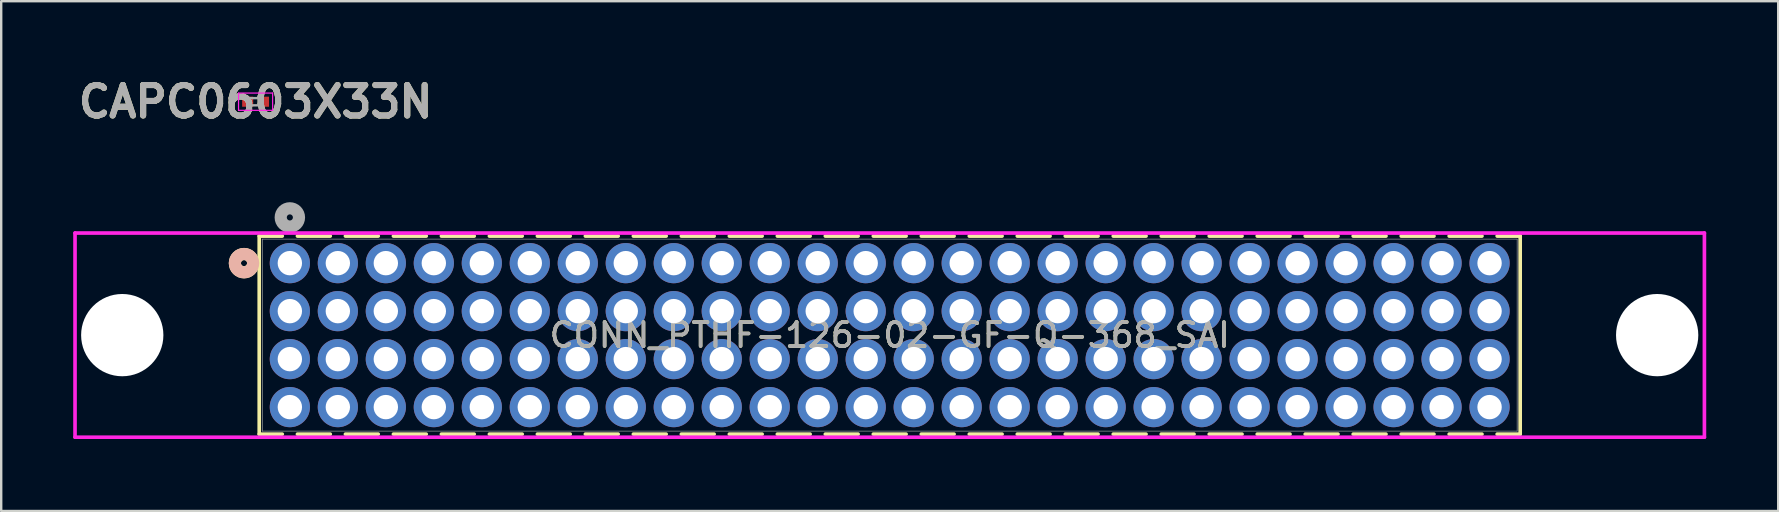
<source format=kicad_pcb>
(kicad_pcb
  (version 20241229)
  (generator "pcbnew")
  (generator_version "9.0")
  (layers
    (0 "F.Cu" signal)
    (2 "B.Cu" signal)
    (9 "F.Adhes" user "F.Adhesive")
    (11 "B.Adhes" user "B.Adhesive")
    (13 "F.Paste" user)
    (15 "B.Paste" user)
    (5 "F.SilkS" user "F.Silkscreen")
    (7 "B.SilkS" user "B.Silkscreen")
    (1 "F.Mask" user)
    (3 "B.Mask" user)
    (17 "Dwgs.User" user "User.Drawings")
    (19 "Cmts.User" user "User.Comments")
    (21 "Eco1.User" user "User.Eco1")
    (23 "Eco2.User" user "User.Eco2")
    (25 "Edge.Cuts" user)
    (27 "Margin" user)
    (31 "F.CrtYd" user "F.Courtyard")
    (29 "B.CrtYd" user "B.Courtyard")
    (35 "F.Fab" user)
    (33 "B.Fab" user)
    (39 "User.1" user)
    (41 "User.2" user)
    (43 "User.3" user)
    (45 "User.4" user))
  (footprint "CONN_PTHF-126-02-GF-Q-368_SAI"
    (layer "F.Cu")
    (at 9.03 7.917)
    (property "Reference" "CONN_PTHF-126-02-GF-Q-368_SAI" (at 25 3 0) (unlocked yes) (layer "F.SilkS") (effects (font (size 1 1) (thickness 0.15))))
    (attr through_hole)
    (fp_line (start -1.276 -1.128) (end -1.276 7.127) (stroke (width 0.152) (type solid)) (layer "F.SilkS"))
    (fp_line (start -1.276 7.127) (end -0.316 7.127) (stroke (width 0.152) (type solid)) (layer "F.SilkS"))
    (fp_line (start -0.316 -1.128) (end -1.276 -1.128) (stroke (width 0.152) (type solid)) (layer "F.SilkS"))
    (fp_line (start 0.316 7.127) (end 1.684 7.127) (stroke (width 0.152) (type solid)) (layer "F.SilkS"))
    (fp_line (start 1.684 -1.128) (end 0.316 -1.128) (stroke (width 0.152) (type solid)) (layer "F.SilkS"))
    (fp_line (start 2.316 7.127) (end 3.684 7.127) (stroke (width 0.152) (type solid)) (layer "F.SilkS"))
    (fp_line (start 3.684 -1.128) (end 2.316 -1.128) (stroke (width 0.152) (type solid)) (layer "F.SilkS"))
    (fp_line (start 4.316 7.127) (end 5.684 7.127) (stroke (width 0.152) (type solid)) (layer "F.SilkS"))
    (fp_line (start 5.684 -1.128) (end 4.316 -1.128) (stroke (width 0.152) (type solid)) (layer "F.SilkS"))
    (fp_line (start 6.316 7.127) (end 7.684 7.127) (stroke (width 0.152) (type solid)) (layer "F.SilkS"))
    (fp_line (start 7.684 -1.128) (end 6.316 -1.128) (stroke (width 0.152) (type solid)) (layer "F.SilkS"))
    (fp_line (start 8.316 7.127) (end 9.684 7.127) (stroke (width 0.152) (type solid)) (layer "F.SilkS"))
    (fp_line (start 9.684 -1.128) (end 8.316 -1.128) (stroke (width 0.152) (type solid)) (layer "F.SilkS"))
    (fp_line (start 10.316 7.127) (end 11.684 7.127) (stroke (width 0.152) (type solid)) (layer "F.SilkS"))
    (fp_line (start 11.684 -1.128) (end 10.316 -1.128) (stroke (width 0.152) (type solid)) (layer "F.SilkS"))
    (fp_line (start 12.316 7.127) (end 13.684 7.127) (stroke (width 0.152) (type solid)) (layer "F.SilkS"))
    (fp_line (start 13.684 -1.128) (end 12.316 -1.128) (stroke (width 0.152) (type solid)) (layer "F.SilkS"))
    (fp_line (start 14.316 7.127) (end 15.684 7.127) (stroke (width 0.152) (type solid)) (layer "F.SilkS"))
    (fp_line (start 15.684 -1.128) (end 14.316 -1.128) (stroke (width 0.152) (type solid)) (layer "F.SilkS"))
    (fp_line (start 16.316 7.127) (end 17.684 7.127) (stroke (width 0.152) (type solid)) (layer "F.SilkS"))
    (fp_line (start 17.684 -1.128) (end 16.316 -1.128) (stroke (width 0.152) (type solid)) (layer "F.SilkS"))
    (fp_line (start 18.316 7.127) (end 19.684 7.127) (stroke (width 0.152) (type solid)) (layer "F.SilkS"))
    (fp_line (start 19.684 -1.128) (end 18.316 -1.128) (stroke (width 0.152) (type solid)) (layer "F.SilkS"))
    (fp_line (start 20.316 7.127) (end 21.684 7.127) (stroke (width 0.152) (type solid)) (layer "F.SilkS"))
    (fp_line (start 21.684 -1.128) (end 20.316 -1.128) (stroke (width 0.152) (type solid)) (layer "F.SilkS"))
    (fp_line (start 22.316 7.127) (end 23.684 7.127) (stroke (width 0.152) (type solid)) (layer "F.SilkS"))
    (fp_line (start 23.684 -1.128) (end 22.316 -1.128) (stroke (width 0.152) (type solid)) (layer "F.SilkS"))
    (fp_line (start 24.316 7.127) (end 25.684 7.127) (stroke (width 0.152) (type solid)) (layer "F.SilkS"))
    (fp_line (start 25.684 -1.128) (end 24.316 -1.128) (stroke (width 0.152) (type solid)) (layer "F.SilkS"))
    (fp_line (start 26.316 7.127) (end 27.684 7.127) (stroke (width 0.152) (type solid)) (layer "F.SilkS"))
    (fp_line (start 27.684 -1.128) (end 26.316 -1.128) (stroke (width 0.152) (type solid)) (layer "F.SilkS"))
    (fp_line (start 28.316 7.127) (end 29.684 7.127) (stroke (width 0.152) (type solid)) (layer "F.SilkS"))
    (fp_line (start 29.684 -1.128) (end 28.316 -1.128) (stroke (width 0.152) (type solid)) (layer "F.SilkS"))
    (fp_line (start 30.316 7.127) (end 31.684 7.127) (stroke (width 0.152) (type solid)) (layer "F.SilkS"))
    (fp_line (start 31.684 -1.128) (end 30.316 -1.128) (stroke (width 0.152) (type solid)) (layer "F.SilkS"))
    (fp_line (start 32.316 7.127) (end 33.684 7.127) (stroke (width 0.152) (type solid)) (layer "F.SilkS"))
    (fp_line (start 33.684 -1.128) (end 32.316 -1.128) (stroke (width 0.152) (type solid)) (layer "F.SilkS"))
    (fp_line (start 34.316 7.127) (end 35.684 7.127) (stroke (width 0.152) (type solid)) (layer "F.SilkS"))
    (fp_line (start 35.684 -1.128) (end 34.316 -1.128) (stroke (width 0.152) (type solid)) (layer "F.SilkS"))
    (fp_line (start 36.316 7.127) (end 37.684 7.127) (stroke (width 0.152) (type solid)) (layer "F.SilkS"))
    (fp_line (start 37.684 -1.128) (end 36.316 -1.128) (stroke (width 0.152) (type solid)) (layer "F.SilkS"))
    (fp_line (start 38.316 7.127) (end 39.684 7.127) (stroke (width 0.152) (type solid)) (layer "F.SilkS"))
    (fp_line (start 39.684 -1.128) (end 38.316 -1.128) (stroke (width 0.152) (type solid)) (layer "F.SilkS"))
    (fp_line (start 40.316 7.127) (end 41.684 7.127) (stroke (width 0.152) (type solid)) (layer "F.SilkS"))
    (fp_line (start 41.684 -1.128) (end 40.316 -1.128) (stroke (width 0.152) (type solid)) (layer "F.SilkS"))
    (fp_line (start 42.316 7.127) (end 43.684 7.127) (stroke (width 0.152) (type solid)) (layer "F.SilkS"))
    (fp_line (start 43.684 -1.128) (end 42.316 -1.128) (stroke (width 0.152) (type solid)) (layer "F.SilkS"))
    (fp_line (start 44.316 7.127) (end 45.684 7.127) (stroke (width 0.152) (type solid)) (layer "F.SilkS"))
    (fp_line (start 45.684 -1.128) (end 44.316 -1.128) (stroke (width 0.152) (type solid)) (layer "F.SilkS"))
    (fp_line (start 46.316 7.127) (end 47.684 7.127) (stroke (width 0.152) (type solid)) (layer "F.SilkS"))
    (fp_line (start 47.684 -1.128) (end 46.316 -1.128) (stroke (width 0.152) (type solid)) (layer "F.SilkS"))
    (fp_line (start 48.316 7.127) (end 49.684 7.127) (stroke (width 0.152) (type solid)) (layer "F.SilkS"))
    (fp_line (start 49.684 -1.128) (end 48.316 -1.128) (stroke (width 0.152) (type solid)) (layer "F.SilkS"))
    (fp_line (start 50.316 7.127) (end 51.276 7.127) (stroke (width 0.152) (type solid)) (layer "F.SilkS"))
    (fp_line (start 51.276 -1.128) (end 50.316 -1.128) (stroke (width 0.152) (type solid)) (layer "F.SilkS"))
    (fp_line (start 51.276 7.127) (end 51.276 -1.128) (stroke (width 0.152) (type solid)) (layer "F.SilkS"))
    (fp_circle (center -1.91 0) (end -1.529 0) (stroke (width 0.508) (type solid)) (fill no) (layer "F.SilkS"))
    (fp_circle (center -1.91 0) (end -1.529 0) (stroke (width 0.508) (type solid)) (fill no) (layer "B.SilkS"))
    (fp_line (start -8.953 -1.255) (end -8.953 7.254) (stroke (width 0.152) (type solid)) (layer "F.CrtYd"))
    (fp_line (start -8.953 7.254) (end 58.954 7.254) (stroke (width 0.152) (type solid)) (layer "F.CrtYd"))
    (fp_line (start 58.954 -1.255) (end -8.953 -1.255) (stroke (width 0.152) (type solid)) (layer "F.CrtYd"))
    (fp_line (start 58.954 7.254) (end 58.954 -1.255) (stroke (width 0.152) (type solid)) (layer "F.CrtYd"))
    (fp_line (start -1.149 -1.001) (end -1.149 7) (stroke (width 0.025) (type solid)) (layer "F.Fab"))
    (fp_line (start -1.149 7) (end 51.149 7) (stroke (width 0.025) (type solid)) (layer "F.Fab"))
    (fp_line (start 51.149 -1.001) (end -1.149 -1.001) (stroke (width 0.025) (type solid)) (layer "F.Fab"))
    (fp_line (start 51.149 7) (end 51.149 -1.001) (stroke (width 0.025) (type solid)) (layer "F.Fab"))
    (fp_circle (center 0 -1.905) (end 0.381 -1.905) (stroke (width 0.508) (type solid)) (fill no) (layer "F.Fab"))
    (fp_text user "${REFERENCE}" (at 25 3 0) (unlocked yes) (layer "F.Fab") (effects (font (size 1 1) (thickness 0.15))))
    (pad "" np_thru_hole circle (at -6.985 3) (size 3.429 3.429) (drill 3.429) (layers "*.Cu" "*.Mask"))
    (pad "" np_thru_hole circle (at 56.985 3) (size 3.429 3.429) (drill 3.429) (layers "*.Cu" "*.Mask"))
    (pad "1" thru_hole circle (at 0 0) (size 1.676 1.676) (drill 1.016) (layers "*.Cu" "*.Mask"))
    (pad "2" thru_hole circle (at 0 2) (size 1.676 1.676) (drill 1.016) (layers "*.Cu" "*.Mask"))
    (pad "3" thru_hole circle (at 0 4) (size 1.676 1.676) (drill 1.016) (layers "*.Cu" "*.Mask"))
    (pad "4" thru_hole circle (at 0 6) (size 1.676 1.676) (drill 1.016) (layers "*.Cu" "*.Mask"))
    (pad "5" thru_hole circle (at 2 0) (size 1.676 1.676) (drill 1.016) (layers "*.Cu" "*.Mask"))
    (pad "6" thru_hole circle (at 2 2) (size 1.676 1.676) (drill 1.016) (layers "*.Cu" "*.Mask"))
    (pad "7" thru_hole circle (at 2 4) (size 1.676 1.676) (drill 1.016) (layers "*.Cu" "*.Mask"))
    (pad "8" thru_hole circle (at 2 6) (size 1.676 1.676) (drill 1.016) (layers "*.Cu" "*.Mask"))
    (pad "9" thru_hole circle (at 4 0) (size 1.676 1.676) (drill 1.016) (layers "*.Cu" "*.Mask"))
    (pad "10" thru_hole circle (at 4 2) (size 1.676 1.676) (drill 1.016) (layers "*.Cu" "*.Mask"))
    (pad "11" thru_hole circle (at 4 4) (size 1.676 1.676) (drill 1.016) (layers "*.Cu" "*.Mask"))
    (pad "12" thru_hole circle (at 4 6) (size 1.676 1.676) (drill 1.016) (layers "*.Cu" "*.Mask"))
    (pad "13" thru_hole circle (at 6 0) (size 1.676 1.676) (drill 1.016) (layers "*.Cu" "*.Mask"))
    (pad "14" thru_hole circle (at 6 2) (size 1.676 1.676) (drill 1.016) (layers "*.Cu" "*.Mask"))
    (pad "15" thru_hole circle (at 6 4) (size 1.676 1.676) (drill 1.016) (layers "*.Cu" "*.Mask"))
    (pad "16" thru_hole circle (at 6 6) (size 1.676 1.676) (drill 1.016) (layers "*.Cu" "*.Mask"))
    (pad "17" thru_hole circle (at 8 0) (size 1.676 1.676) (drill 1.016) (layers "*.Cu" "*.Mask"))
    (pad "18" thru_hole circle (at 8 2) (size 1.676 1.676) (drill 1.016) (layers "*.Cu" "*.Mask"))
    (pad "19" thru_hole circle (at 8 4) (size 1.676 1.676) (drill 1.016) (layers "*.Cu" "*.Mask"))
    (pad "20" thru_hole circle (at 8 6) (size 1.676 1.676) (drill 1.016) (layers "*.Cu" "*.Mask"))
    (pad "21" thru_hole circle (at 10 0) (size 1.676 1.676) (drill 1.016) (layers "*.Cu" "*.Mask"))
    (pad "22" thru_hole circle (at 10 2) (size 1.676 1.676) (drill 1.016) (layers "*.Cu" "*.Mask"))
    (pad "23" thru_hole circle (at 10 4) (size 1.676 1.676) (drill 1.016) (layers "*.Cu" "*.Mask"))
    (pad "24" thru_hole circle (at 10 6) (size 1.676 1.676) (drill 1.016) (layers "*.Cu" "*.Mask"))
    (pad "25" thru_hole circle (at 12 0) (size 1.676 1.676) (drill 1.016) (layers "*.Cu" "*.Mask"))
    (pad "26" thru_hole circle (at 12 2) (size 1.676 1.676) (drill 1.016) (layers "*.Cu" "*.Mask"))
    (pad "27" thru_hole circle (at 12 4) (size 1.676 1.676) (drill 1.016) (layers "*.Cu" "*.Mask"))
    (pad "28" thru_hole circle (at 12 6) (size 1.676 1.676) (drill 1.016) (layers "*.Cu" "*.Mask"))
    (pad "29" thru_hole circle (at 14 0) (size 1.676 1.676) (drill 1.016) (layers "*.Cu" "*.Mask"))
    (pad "30" thru_hole circle (at 14 2) (size 1.676 1.676) (drill 1.016) (layers "*.Cu" "*.Mask"))
    (pad "31" thru_hole circle (at 14 4) (size 1.676 1.676) (drill 1.016) (layers "*.Cu" "*.Mask"))
    (pad "32" thru_hole circle (at 14 6) (size 1.676 1.676) (drill 1.016) (layers "*.Cu" "*.Mask"))
    (pad "33" thru_hole circle (at 16 0) (size 1.676 1.676) (drill 1.016) (layers "*.Cu" "*.Mask"))
    (pad "34" thru_hole circle (at 16 2) (size 1.676 1.676) (drill 1.016) (layers "*.Cu" "*.Mask"))
    (pad "35" thru_hole circle (at 16 4) (size 1.676 1.676) (drill 1.016) (layers "*.Cu" "*.Mask"))
    (pad "36" thru_hole circle (at 16 6) (size 1.676 1.676) (drill 1.016) (layers "*.Cu" "*.Mask"))
    (pad "37" thru_hole circle (at 18 0) (size 1.676 1.676) (drill 1.016) (layers "*.Cu" "*.Mask"))
    (pad "38" thru_hole circle (at 18 2) (size 1.676 1.676) (drill 1.016) (layers "*.Cu" "*.Mask"))
    (pad "39" thru_hole circle (at 18 4) (size 1.676 1.676) (drill 1.016) (layers "*.Cu" "*.Mask"))
    (pad "40" thru_hole circle (at 18 6) (size 1.676 1.676) (drill 1.016) (layers "*.Cu" "*.Mask"))
    (pad "41" thru_hole circle (at 20 0) (size 1.676 1.676) (drill 1.016) (layers "*.Cu" "*.Mask"))
    (pad "42" thru_hole circle (at 20 2) (size 1.676 1.676) (drill 1.016) (layers "*.Cu" "*.Mask"))
    (pad "43" thru_hole circle (at 20 4) (size 1.676 1.676) (drill 1.016) (layers "*.Cu" "*.Mask"))
    (pad "44" thru_hole circle (at 20 6) (size 1.676 1.676) (drill 1.016) (layers "*.Cu" "*.Mask"))
    (pad "45" thru_hole circle (at 22 0) (size 1.676 1.676) (drill 1.016) (layers "*.Cu" "*.Mask"))
    (pad "46" thru_hole circle (at 22 2) (size 1.676 1.676) (drill 1.016) (layers "*.Cu" "*.Mask"))
    (pad "47" thru_hole circle (at 22 4) (size 1.676 1.676) (drill 1.016) (layers "*.Cu" "*.Mask"))
    (pad "48" thru_hole circle (at 22 6) (size 1.676 1.676) (drill 1.016) (layers "*.Cu" "*.Mask"))
    (pad "49" thru_hole circle (at 24 0) (size 1.676 1.676) (drill 1.016) (layers "*.Cu" "*.Mask"))
    (pad "50" thru_hole circle (at 24 2) (size 1.676 1.676) (drill 1.016) (layers "*.Cu" "*.Mask"))
    (pad "51" thru_hole circle (at 24 4) (size 1.676 1.676) (drill 1.016) (layers "*.Cu" "*.Mask"))
    (pad "52" thru_hole circle (at 24 6) (size 1.676 1.676) (drill 1.016) (layers "*.Cu" "*.Mask"))
    (pad "53" thru_hole circle (at 26 0) (size 1.676 1.676) (drill 1.016) (layers "*.Cu" "*.Mask"))
    (pad "54" thru_hole circle (at 26 2) (size 1.676 1.676) (drill 1.016) (layers "*.Cu" "*.Mask"))
    (pad "55" thru_hole circle (at 26 4) (size 1.676 1.676) (drill 1.016) (layers "*.Cu" "*.Mask"))
    (pad "56" thru_hole circle (at 26 6) (size 1.676 1.676) (drill 1.016) (layers "*.Cu" "*.Mask"))
    (pad "57" thru_hole circle (at 28 0) (size 1.676 1.676) (drill 1.016) (layers "*.Cu" "*.Mask"))
    (pad "58" thru_hole circle (at 28 2) (size 1.676 1.676) (drill 1.016) (layers "*.Cu" "*.Mask"))
    (pad "59" thru_hole circle (at 28 4) (size 1.676 1.676) (drill 1.016) (layers "*.Cu" "*.Mask"))
    (pad "60" thru_hole circle (at 28 6) (size 1.676 1.676) (drill 1.016) (layers "*.Cu" "*.Mask"))
    (pad "61" thru_hole circle (at 30 0) (size 1.676 1.676) (drill 1.016) (layers "*.Cu" "*.Mask"))
    (pad "62" thru_hole circle (at 30 2) (size 1.676 1.676) (drill 1.016) (layers "*.Cu" "*.Mask"))
    (pad "63" thru_hole circle (at 30 4) (size 1.676 1.676) (drill 1.016) (layers "*.Cu" "*.Mask"))
    (pad "64" thru_hole circle (at 30 6) (size 1.676 1.676) (drill 1.016) (layers "*.Cu" "*.Mask"))
    (pad "65" thru_hole circle (at 32 0) (size 1.676 1.676) (drill 1.016) (layers "*.Cu" "*.Mask"))
    (pad "66" thru_hole circle (at 32 2) (size 1.676 1.676) (drill 1.016) (layers "*.Cu" "*.Mask"))
    (pad "67" thru_hole circle (at 32 4) (size 1.676 1.676) (drill 1.016) (layers "*.Cu" "*.Mask"))
    (pad "68" thru_hole circle (at 32 6) (size 1.676 1.676) (drill 1.016) (layers "*.Cu" "*.Mask"))
    (pad "69" thru_hole circle (at 34 0) (size 1.676 1.676) (drill 1.016) (layers "*.Cu" "*.Mask"))
    (pad "70" thru_hole circle (at 34 2) (size 1.676 1.676) (drill 1.016) (layers "*.Cu" "*.Mask"))
    (pad "71" thru_hole circle (at 34 4) (size 1.676 1.676) (drill 1.016) (layers "*.Cu" "*.Mask"))
    (pad "72" thru_hole circle (at 34 6) (size 1.676 1.676) (drill 1.016) (layers "*.Cu" "*.Mask"))
    (pad "73" thru_hole circle (at 36 0) (size 1.676 1.676) (drill 1.016) (layers "*.Cu" "*.Mask"))
    (pad "74" thru_hole circle (at 36 2) (size 1.676 1.676) (drill 1.016) (layers "*.Cu" "*.Mask"))
    (pad "75" thru_hole circle (at 36 4) (size 1.676 1.676) (drill 1.016) (layers "*.Cu" "*.Mask"))
    (pad "76" thru_hole circle (at 36 6) (size 1.676 1.676) (drill 1.016) (layers "*.Cu" "*.Mask"))
    (pad "77" thru_hole circle (at 38 0) (size 1.676 1.676) (drill 1.016) (layers "*.Cu" "*.Mask"))
    (pad "78" thru_hole circle (at 38 2) (size 1.676 1.676) (drill 1.016) (layers "*.Cu" "*.Mask"))
    (pad "79" thru_hole circle (at 38 4) (size 1.676 1.676) (drill 1.016) (layers "*.Cu" "*.Mask"))
    (pad "80" thru_hole circle (at 38 6) (size 1.676 1.676) (drill 1.016) (layers "*.Cu" "*.Mask"))
    (pad "81" thru_hole circle (at 40 0) (size 1.676 1.676) (drill 1.016) (layers "*.Cu" "*.Mask"))
    (pad "82" thru_hole circle (at 40 2) (size 1.676 1.676) (drill 1.016) (layers "*.Cu" "*.Mask"))
    (pad "83" thru_hole circle (at 40 4) (size 1.676 1.676) (drill 1.016) (layers "*.Cu" "*.Mask"))
    (pad "84" thru_hole circle (at 40 6) (size 1.676 1.676) (drill 1.016) (layers "*.Cu" "*.Mask"))
    (pad "85" thru_hole circle (at 42 0) (size 1.676 1.676) (drill 1.016) (layers "*.Cu" "*.Mask"))
    (pad "86" thru_hole circle (at 42 2) (size 1.676 1.676) (drill 1.016) (layers "*.Cu" "*.Mask"))
    (pad "87" thru_hole circle (at 42 4) (size 1.676 1.676) (drill 1.016) (layers "*.Cu" "*.Mask"))
    (pad "88" thru_hole circle (at 42 6) (size 1.676 1.676) (drill 1.016) (layers "*.Cu" "*.Mask"))
    (pad "89" thru_hole circle (at 44 0) (size 1.676 1.676) (drill 1.016) (layers "*.Cu" "*.Mask"))
    (pad "90" thru_hole circle (at 44 2) (size 1.676 1.676) (drill 1.016) (layers "*.Cu" "*.Mask"))
    (pad "91" thru_hole circle (at 44 4) (size 1.676 1.676) (drill 1.016) (layers "*.Cu" "*.Mask"))
    (pad "92" thru_hole circle (at 44 6) (size 1.676 1.676) (drill 1.016) (layers "*.Cu" "*.Mask"))
    (pad "93" thru_hole circle (at 46 0) (size 1.676 1.676) (drill 1.016) (layers "*.Cu" "*.Mask"))
    (pad "94" thru_hole circle (at 46 2) (size 1.676 1.676) (drill 1.016) (layers "*.Cu" "*.Mask"))
    (pad "95" thru_hole circle (at 46 4) (size 1.676 1.676) (drill 1.016) (layers "*.Cu" "*.Mask"))
    (pad "96" thru_hole circle (at 46 6) (size 1.676 1.676) (drill 1.016) (layers "*.Cu" "*.Mask"))
    (pad "97" thru_hole circle (at 48 0) (size 1.676 1.676) (drill 1.016) (layers "*.Cu" "*.Mask"))
    (pad "98" thru_hole circle (at 48 2) (size 1.676 1.676) (drill 1.016) (layers "*.Cu" "*.Mask"))
    (pad "99" thru_hole circle (at 48 4) (size 1.676 1.676) (drill 1.016) (layers "*.Cu" "*.Mask"))
    (pad "100" thru_hole circle (at 48 6) (size 1.676 1.676) (drill 1.016) (layers "*.Cu" "*.Mask"))
    (pad "101" thru_hole circle (at 50 0) (size 1.676 1.676) (drill 1.016) (layers "*.Cu" "*.Mask"))
    (pad "102" thru_hole circle (at 50 2) (size 1.676 1.676) (drill 1.016) (layers "*.Cu" "*.Mask"))
    (pad "103" thru_hole circle (at 50 4) (size 1.676 1.676) (drill 1.016) (layers "*.Cu" "*.Mask"))
    (pad "104" thru_hole circle (at 50 6) (size 1.676 1.676) (drill 1.016) (layers "*.Cu" "*.Mask")))
  (footprint "CAPC0603X33N"
    (layer "F.Cu")
    (at 7.602 1.189)
    (property "Reference" "CAPC0603X33N" (at 0 0 180) (layer "F.SilkS") (effects (font (size 1.27 1.27) (thickness 0.254))))
    (attr smd)
    (fp_line (start -0.71 -0.36) (end 0.71 -0.36) (stroke (width 0.05) (type solid)) (layer "F.CrtYd"))
    (fp_line (start -0.71 0.36) (end -0.71 -0.36) (stroke (width 0.05) (type solid)) (layer "F.CrtYd"))
    (fp_line (start 0.71 -0.36) (end 0.71 0.36) (stroke (width 0.05) (type solid)) (layer "F.CrtYd"))
    (fp_line (start 0.71 0.36) (end -0.71 0.36) (stroke (width 0.05) (type solid)) (layer "F.CrtYd"))
    (fp_line (start -0.3 -0.15) (end 0.3 -0.15) (stroke (width 0.1) (type solid)) (layer "F.Fab"))
    (fp_line (start -0.3 0.15) (end -0.3 -0.15) (stroke (width 0.1) (type solid)) (layer "F.Fab"))
    (fp_line (start 0.3 -0.15) (end 0.3 0.15) (stroke (width 0.1) (type solid)) (layer "F.Fab"))
    (fp_line (start 0.3 0.15) (end -0.3 0.15) (stroke (width 0.1) (type solid)) (layer "F.Fab"))
    (fp_text user "${REFERENCE}" (at 0 0 180) (layer "F.Fab") (effects (font (size 1.27 1.27) (thickness 0.254))))
    (pad "1" smd rect (at -0.33 0 90) (size 0.42 0.46) (layers "F.Cu" "F.Mask" "F.Paste"))
    (pad "2" smd rect (at 0.33 0 90) (size 0.42 0.46) (layers "F.Cu" "F.Mask" "F.Paste")))
  (gr_rect
    (start -3 -3)
    (end 71.059 18.248)
    (stroke (width 0.1) (type default))
    (fill no)
    (layer "Edge.Cuts")))
</source>
